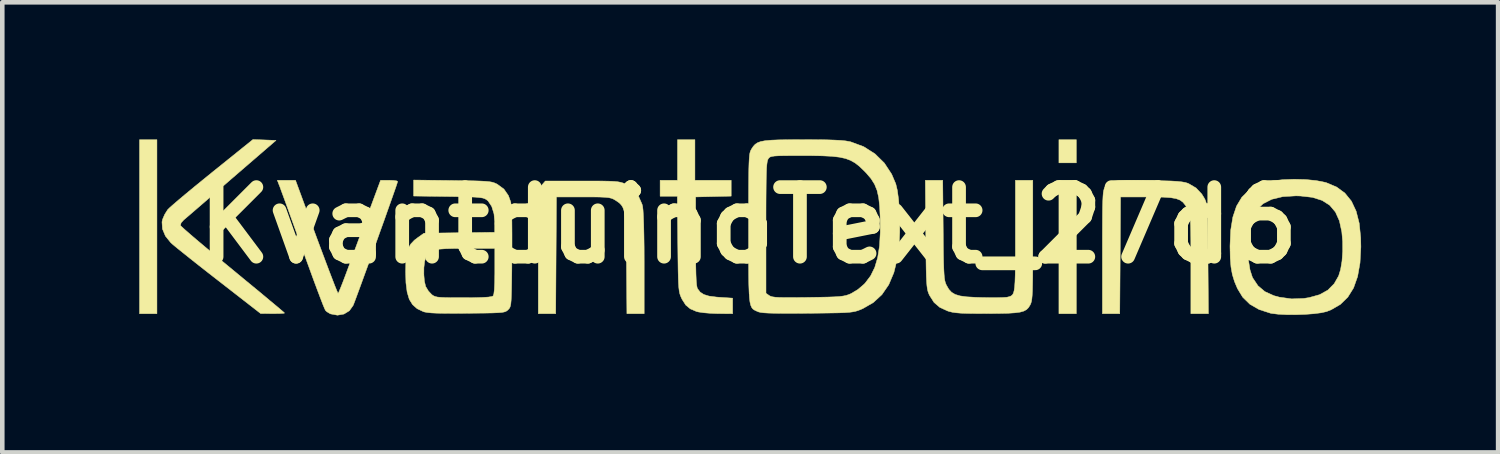
<source format=kicad_pcb>
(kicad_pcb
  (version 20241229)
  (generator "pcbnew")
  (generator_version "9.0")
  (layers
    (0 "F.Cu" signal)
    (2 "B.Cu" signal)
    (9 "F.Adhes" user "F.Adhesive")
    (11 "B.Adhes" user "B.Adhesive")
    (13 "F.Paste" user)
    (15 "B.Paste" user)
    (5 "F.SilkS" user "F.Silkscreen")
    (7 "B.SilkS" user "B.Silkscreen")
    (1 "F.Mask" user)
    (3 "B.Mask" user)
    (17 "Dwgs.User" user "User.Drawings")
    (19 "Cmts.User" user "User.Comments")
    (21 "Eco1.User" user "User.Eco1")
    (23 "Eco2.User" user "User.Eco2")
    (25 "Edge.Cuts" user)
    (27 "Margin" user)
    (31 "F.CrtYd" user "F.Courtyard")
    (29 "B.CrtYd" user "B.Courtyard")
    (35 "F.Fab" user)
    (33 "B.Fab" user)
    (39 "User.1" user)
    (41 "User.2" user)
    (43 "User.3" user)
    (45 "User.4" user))
  (footprint "KvantduinoText_27d6"
    (layer "F.Cu")
    (at 13.34 1.881)
    (property "Reference" "KvantduinoText_27d6" (at 0 0 0) (layer "F.SilkS") (effects (font (size 1.524 1.524) (thickness 0.3))))
    (attr through_hole)
    (fp_poly (pts (xy -12.954 1.937) (xy -13.335 1.937) (xy -13.335 -1.873) (xy -12.954 -1.873) (xy -12.954 1.937)) (stroke (width 0.01) (type solid)) (fill yes) (layer "F.SilkS"))
    (fp_poly (pts (xy 7.176 -1.365) (xy 6.795 -1.365) (xy 6.795 -1.873) (xy 7.176 -1.873) (xy 7.176 -1.365)) (stroke (width 0.01) (type solid)) (fill yes) (layer "F.SilkS"))
    (fp_poly (pts (xy 7.176 1.937) (xy 6.795 1.937) (xy 6.795 -0.984) (xy 7.176 -0.984) (xy 7.176 1.937)) (stroke (width 0.01) (type solid)) (fill yes) (layer "F.SilkS"))
    (fp_poly (pts (xy -1.175 -0.984) (xy -0.381 -0.984) (xy -0.381 -0.637) (xy -0.77 -0.628) (xy -1.159 -0.619) (xy -1.159 0.349) (xy -1.158 0.645) (xy -1.156 0.884) (xy -1.152 1.069) (xy -1.146 1.208) (xy -1.138 1.305) (xy -1.127 1.365) (xy -1.118 1.389) (xy -1.06 1.465) (xy -0.98 1.517) (xy -0.866 1.552) (xy -0.704 1.573) (xy -0.638 1.578) (xy -0.349 1.597) (xy -0.349 1.937) (xy -0.675 1.935) (xy -0.83 1.929) (xy -0.977 1.917) (xy -1.094 1.9) (xy -1.138 1.89) (xy -1.276 1.831) (xy -1.376 1.748) (xy -1.457 1.621) (xy -1.473 1.587) (xy -1.491 1.545) (xy -1.506 1.5) (xy -1.518 1.444) (xy -1.527 1.371) (xy -1.534 1.274) (xy -1.539 1.144) (xy -1.543 0.975) (xy -1.546 0.758) (xy -1.549 0.488) (xy -1.55 0.405) (xy -1.56 -0.635) (xy -1.937 -0.635) (xy -1.937 -0.984) (xy -1.556 -0.984) (xy -1.556 -1.873) (xy -1.175 -1.873) (xy -1.175 -0.984)) (stroke (width 0.01) (type solid)) (fill yes) (layer "F.SilkS"))
    (fp_poly (pts (xy -3.397 -0.968) (xy -3.203 -0.967) (xy -3.055 -0.964) (xy -2.945 -0.959) (xy -2.863 -0.951) (xy -2.8 -0.939) (xy -2.749 -0.924) (xy -2.7 -0.903) (xy -2.693 -0.9) (xy -2.537 -0.794) (xy -2.413 -0.642) (xy -2.332 -0.458) (xy -2.32 -0.41) (xy -2.311 -0.332) (xy -2.303 -0.198) (xy -2.296 -0.013) (xy -2.291 0.218) (xy -2.287 0.487) (xy -2.286 0.788) (xy -2.286 0.843) (xy -2.286 1.937) (xy -2.664 1.937) (xy -2.673 0.849) (xy -2.676 0.534) (xy -2.68 0.276) (xy -2.686 0.068) (xy -2.696 -0.096) (xy -2.709 -0.223) (xy -2.728 -0.319) (xy -2.753 -0.39) (xy -2.787 -0.444) (xy -2.829 -0.487) (xy -2.881 -0.524) (xy -2.916 -0.547) (xy -2.961 -0.573) (xy -3.007 -0.591) (xy -3.065 -0.604) (xy -3.145 -0.612) (xy -3.258 -0.617) (xy -3.414 -0.619) (xy -3.619 -0.619) (xy -4.207 -0.619) (xy -4.215 0.659) (xy -4.223 1.937) (xy -4.604 1.937) (xy -4.604 -0.79) (xy -4.527 -0.879) (xy -4.45 -0.968) (xy -3.646 -0.968) (xy -3.397 -0.968)) (stroke (width 0.01) (type solid)) (fill yes) (layer "F.SilkS"))
    (fp_poly (pts (xy -10.6 -1.867) (xy -10.347 -1.857) (xy -11.309 -1.027) (xy -11.523 -0.842) (xy -11.726 -0.668) (xy -11.91 -0.509) (xy -12.071 -0.37) (xy -12.203 -0.256) (xy -12.3 -0.173) (xy -12.356 -0.125) (xy -12.364 -0.119) (xy -12.425 -0.052) (xy -12.439 0.003) (xy -12.438 0.006) (xy -12.411 0.035) (xy -12.339 0.1) (xy -12.228 0.197) (xy -12.082 0.322) (xy -11.907 0.469) (xy -11.708 0.636) (xy -11.489 0.817) (xy -11.29 0.981) (xy -11.06 1.171) (xy -10.845 1.348) (xy -10.651 1.508) (xy -10.483 1.649) (xy -10.344 1.764) (xy -10.241 1.851) (xy -10.178 1.905) (xy -10.16 1.923) (xy -10.189 1.929) (xy -10.267 1.933) (xy -10.379 1.935) (xy -10.422 1.935) (xy -10.684 1.933) (xy -11.611 1.212) (xy -11.827 1.044) (xy -12.031 0.884) (xy -12.218 0.736) (xy -12.379 0.607) (xy -12.51 0.502) (xy -12.603 0.425) (xy -12.65 0.383) (xy -12.768 0.237) (xy -12.833 0.082) (xy -12.843 -0.071) (xy -12.831 -0.127) (xy -12.784 -0.236) (xy -12.721 -0.337) (xy -12.713 -0.346) (xy -12.67 -0.388) (xy -12.584 -0.464) (xy -12.46 -0.57) (xy -12.306 -0.699) (xy -12.127 -0.847) (xy -11.929 -1.008) (xy -11.743 -1.159) (xy -10.852 -1.876) (xy -10.6 -1.867)) (stroke (width 0.01) (type solid)) (fill yes) (layer "F.SilkS"))
    (fp_poly (pts (xy -9.464 0.254) (xy -9.365 0.519) (xy -9.273 0.765) (xy -9.19 0.985) (xy -9.118 1.173) (xy -9.06 1.323) (xy -9.017 1.429) (xy -8.993 1.485) (xy -8.988 1.492) (xy -8.971 1.463) (xy -8.938 1.385) (xy -8.891 1.267) (xy -8.835 1.12) (xy -8.799 1.023) (xy -8.737 0.856) (xy -8.66 0.644) (xy -8.571 0.405) (xy -8.478 0.152) (xy -8.386 -0.097) (xy -8.343 -0.214) (xy -8.057 -0.984) (xy -7.87 -0.984) (xy -7.771 -0.98) (xy -7.703 -0.97) (xy -7.684 -0.958) (xy -7.694 -0.923) (xy -7.723 -0.835) (xy -7.769 -0.703) (xy -7.829 -0.533) (xy -7.9 -0.333) (xy -7.979 -0.109) (xy -8.065 0.129) (xy -8.153 0.376) (xy -8.242 0.624) (xy -8.329 0.865) (xy -8.412 1.092) (xy -8.487 1.298) (xy -8.552 1.475) (xy -8.604 1.616) (xy -8.641 1.714) (xy -8.658 1.756) (xy -8.74 1.872) (xy -8.859 1.945) (xy -9.001 1.97) (xy -9.15 1.942) (xy -9.161 1.938) (xy -9.233 1.895) (xy -9.264 1.865) (xy -9.283 1.826) (xy -9.321 1.734) (xy -9.375 1.594) (xy -9.443 1.414) (xy -9.523 1.2) (xy -9.611 0.958) (xy -9.707 0.695) (xy -9.764 0.536) (xy -9.864 0.26) (xy -9.958 -0.001) (xy -10.044 -0.24) (xy -10.12 -0.451) (xy -10.184 -0.626) (xy -10.233 -0.759) (xy -10.263 -0.843) (xy -10.272 -0.865) (xy -10.318 -0.984) (xy -9.92 -0.984) (xy -9.464 0.254)) (stroke (width 0.01) (type solid)) (fill yes) (layer "F.SilkS"))
    (fp_poly (pts (xy 8.695 -0.98) (xy 8.829 -0.978) (xy 9.065 -0.973) (xy 9.247 -0.968) (xy 9.385 -0.96) (xy 9.486 -0.949) (xy 9.561 -0.936) (xy 9.618 -0.918) (xy 9.636 -0.91) (xy 9.798 -0.815) (xy 9.922 -0.683) (xy 9.981 -0.587) (xy 9.998 -0.553) (xy 10.012 -0.516) (xy 10.024 -0.47) (xy 10.033 -0.408) (xy 10.04 -0.325) (xy 10.045 -0.212) (xy 10.049 -0.065) (xy 10.052 0.125) (xy 10.055 0.363) (xy 10.058 0.656) (xy 10.058 0.738) (xy 10.068 1.937) (xy 9.684 1.937) (xy 9.684 0.864) (xy 9.684 0.574) (xy 9.683 0.341) (xy 9.681 0.157) (xy 9.678 0.015) (xy 9.674 -0.093) (xy 9.667 -0.172) (xy 9.657 -0.231) (xy 9.645 -0.277) (xy 9.629 -0.316) (xy 9.612 -0.35) (xy 9.564 -0.436) (xy 9.512 -0.502) (xy 9.447 -0.55) (xy 9.36 -0.583) (xy 9.243 -0.603) (xy 9.085 -0.614) (xy 8.878 -0.619) (xy 8.731 -0.619) (xy 8.144 -0.619) (xy 8.136 0.659) (xy 8.127 1.937) (xy 7.747 1.937) (xy 7.747 0.595) (xy 7.747 0.267) (xy 7.748 -0.003) (xy 7.749 -0.223) (xy 7.751 -0.397) (xy 7.755 -0.531) (xy 7.76 -0.633) (xy 7.766 -0.708) (xy 7.775 -0.761) (xy 7.786 -0.8) (xy 7.799 -0.83) (xy 7.809 -0.847) (xy 7.839 -0.89) (xy 7.878 -0.923) (xy 7.932 -0.948) (xy 8.009 -0.965) (xy 8.116 -0.976) (xy 8.262 -0.982) (xy 8.452 -0.983) (xy 8.695 -0.98)) (stroke (width 0.01) (type solid)) (fill yes) (layer "F.SilkS"))
    (fp_poly (pts (xy 4.261 0.103) (xy 4.263 0.397) (xy 4.266 0.634) (xy 4.27 0.822) (xy 4.275 0.967) (xy 4.281 1.077) (xy 4.288 1.158) (xy 4.298 1.218) (xy 4.311 1.264) (xy 4.327 1.303) (xy 4.334 1.317) (xy 4.385 1.404) (xy 4.445 1.469) (xy 4.524 1.516) (xy 4.631 1.548) (xy 4.777 1.568) (xy 4.971 1.579) (xy 5.104 1.583) (xy 5.279 1.586) (xy 5.436 1.586) (xy 5.563 1.583) (xy 5.646 1.578) (xy 5.665 1.575) (xy 5.709 1.564) (xy 5.745 1.55) (xy 5.774 1.528) (xy 5.796 1.493) (xy 5.813 1.437) (xy 5.825 1.355) (xy 5.833 1.241) (xy 5.838 1.089) (xy 5.841 0.893) (xy 5.842 0.648) (xy 5.842 0.347) (xy 5.842 0.236) (xy 5.842 -0.984) (xy 6.223 -0.984) (xy 6.223 0.326) (xy 6.223 0.651) (xy 6.222 0.918) (xy 6.221 1.135) (xy 6.218 1.306) (xy 6.215 1.439) (xy 6.209 1.54) (xy 6.202 1.614) (xy 6.193 1.667) (xy 6.182 1.707) (xy 6.168 1.739) (xy 6.164 1.747) (xy 6.129 1.803) (xy 6.086 1.847) (xy 6.028 1.879) (xy 5.945 1.903) (xy 5.831 1.918) (xy 5.678 1.928) (xy 5.477 1.932) (xy 5.22 1.934) (xy 5.207 1.934) (xy 4.971 1.933) (xy 4.788 1.931) (xy 4.649 1.926) (xy 4.543 1.917) (xy 4.461 1.905) (xy 4.391 1.888) (xy 4.357 1.877) (xy 4.185 1.798) (xy 4.06 1.69) (xy 3.964 1.539) (xy 3.956 1.524) (xy 3.939 1.484) (xy 3.925 1.442) (xy 3.914 1.391) (xy 3.905 1.324) (xy 3.898 1.234) (xy 3.892 1.115) (xy 3.888 0.959) (xy 3.885 0.761) (xy 3.882 0.513) (xy 3.88 0.208) (xy 3.88 0.198) (xy 3.87 -0.984) (xy 4.251 -0.984) (xy 4.261 0.103)) (stroke (width 0.01) (type solid)) (fill yes) (layer "F.SilkS"))
    (fp_poly (pts (xy 12.196 -1) (xy 12.428 -0.977) (xy 12.623 -0.939) (xy 12.655 -0.929) (xy 12.877 -0.835) (xy 13.057 -0.702) (xy 13.199 -0.527) (xy 13.302 -0.308) (xy 13.37 -0.042) (xy 13.402 0.274) (xy 13.406 0.476) (xy 13.387 0.826) (xy 13.334 1.124) (xy 13.246 1.373) (xy 13.12 1.575) (xy 12.957 1.734) (xy 12.753 1.852) (xy 12.653 1.891) (xy 12.537 1.917) (xy 12.375 1.938) (xy 12.184 1.952) (xy 11.979 1.959) (xy 11.779 1.958) (xy 11.6 1.949) (xy 11.458 1.932) (xy 11.43 1.927) (xy 11.178 1.846) (xy 10.976 1.73) (xy 10.818 1.575) (xy 10.704 1.387) (xy 10.639 1.233) (xy 10.592 1.08) (xy 10.562 0.913) (xy 10.546 0.716) (xy 10.543 0.557) (xy 10.933 0.557) (xy 10.947 0.781) (xy 10.979 0.98) (xy 11.03 1.138) (xy 11.038 1.154) (xy 11.153 1.326) (xy 11.305 1.454) (xy 11.502 1.543) (xy 11.62 1.575) (xy 11.89 1.613) (xy 12.157 1.603) (xy 12.272 1.585) (xy 12.502 1.521) (xy 12.683 1.421) (xy 12.822 1.28) (xy 12.919 1.11) (xy 12.962 0.97) (xy 12.993 0.785) (xy 13.008 0.574) (xy 13.007 0.356) (xy 12.989 0.149) (xy 12.989 0.147) (xy 12.936 -0.096) (xy 12.849 -0.289) (xy 12.724 -0.437) (xy 12.558 -0.543) (xy 12.346 -0.61) (xy 12.085 -0.64) (xy 11.986 -0.643) (xy 11.697 -0.626) (xy 11.456 -0.568) (xy 11.265 -0.471) (xy 11.12 -0.332) (xy 11.023 -0.153) (xy 11.007 -0.103) (xy 10.962 0.098) (xy 10.938 0.323) (xy 10.933 0.557) (xy 10.543 0.557) (xy 10.541 0.474) (xy 10.541 0.45) (xy 10.556 0.109) (xy 10.603 -0.178) (xy 10.683 -0.417) (xy 10.799 -0.611) (xy 10.953 -0.763) (xy 11.146 -0.877) (xy 11.286 -0.93) (xy 11.471 -0.971) (xy 11.697 -0.997) (xy 11.946 -1.006) (xy 12.196 -1)) (stroke (width 0.01) (type solid)) (fill yes) (layer "F.SilkS"))
    (fp_poly (pts (xy -6.485 -0.979) (xy -6.229 -0.975) (xy -6.029 -0.972) (xy -5.875 -0.967) (xy -5.761 -0.961) (xy -5.676 -0.953) (xy -5.614 -0.942) (xy -5.566 -0.927) (xy -5.523 -0.908) (xy -5.503 -0.898) (xy -5.357 -0.791) (xy -5.258 -0.648) (xy -5.207 -0.506) (xy -5.196 -0.423) (xy -5.188 -0.278) (xy -5.182 -0.071) (xy -5.18 0.197) (xy -5.18 0.526) (xy -5.182 0.706) (xy -5.184 0.994) (xy -5.187 1.226) (xy -5.19 1.408) (xy -5.194 1.547) (xy -5.199 1.649) (xy -5.206 1.722) (xy -5.216 1.771) (xy -5.228 1.804) (xy -5.244 1.828) (xy -5.263 1.848) (xy -5.263 1.849) (xy -5.287 1.87) (xy -5.314 1.887) (xy -5.352 1.9) (xy -5.409 1.91) (xy -5.492 1.916) (xy -5.61 1.921) (xy -5.771 1.924) (xy -5.981 1.926) (xy -6.168 1.928) (xy -6.441 1.93) (xy -6.657 1.929) (xy -6.824 1.926) (xy -6.949 1.92) (xy -7.04 1.91) (xy -7.103 1.898) (xy -7.123 1.891) (xy -7.256 1.828) (xy -7.356 1.74) (xy -7.429 1.622) (xy -7.476 1.464) (xy -7.502 1.26) (xy -7.507 1.081) (xy -7.11 1.081) (xy -7.098 1.224) (xy -7.072 1.336) (xy -7.068 1.345) (xy -7.011 1.44) (xy -6.937 1.519) (xy -6.903 1.543) (xy -6.865 1.56) (xy -6.813 1.573) (xy -6.738 1.58) (xy -6.629 1.585) (xy -6.478 1.587) (xy -6.274 1.587) (xy -6.241 1.587) (xy -6.002 1.586) (xy -5.822 1.581) (xy -5.696 1.573) (xy -5.621 1.561) (xy -5.594 1.549) (xy -5.578 1.506) (xy -5.566 1.41) (xy -5.559 1.258) (xy -5.556 1.048) (xy -5.556 1.01) (xy -5.556 0.508) (xy -6.193 0.508) (xy -6.437 0.509) (xy -6.626 0.514) (xy -6.769 0.524) (xy -6.873 0.542) (xy -6.948 0.568) (xy -7.001 0.606) (xy -7.04 0.656) (xy -7.064 0.697) (xy -7.093 0.794) (xy -7.109 0.93) (xy -7.11 1.081) (xy -7.507 1.081) (xy -7.509 1.016) (xy -7.504 0.801) (xy -7.487 0.637) (xy -7.453 0.511) (xy -7.397 0.412) (xy -7.316 0.327) (xy -7.241 0.27) (xy -7.107 0.175) (xy -5.556 0.155) (xy -5.556 -0.049) (xy -5.574 -0.249) (xy -5.624 -0.412) (xy -5.703 -0.53) (xy -5.742 -0.562) (xy -5.775 -0.58) (xy -5.819 -0.595) (xy -5.883 -0.605) (xy -5.975 -0.614) (xy -6.102 -0.62) (xy -6.274 -0.624) (xy -6.498 -0.628) (xy -6.58 -0.629) (xy -7.334 -0.639) (xy -7.334 -0.989) (xy -6.485 -0.979)) (stroke (width 0.01) (type solid)) (fill yes) (layer "F.SilkS"))
    (fp_poly (pts (xy 1.478 -1.872) (xy 1.703 -1.87) (xy 1.881 -1.864) (xy 2.019 -1.857) (xy 2.126 -1.846) (xy 2.209 -1.831) (xy 2.237 -1.825) (xy 2.52 -1.72) (xy 2.766 -1.564) (xy 2.972 -1.362) (xy 3.133 -1.117) (xy 3.223 -0.905) (xy 3.257 -0.763) (xy 3.283 -0.572) (xy 3.302 -0.346) (xy 3.31 -0.098) (xy 3.309 0.158) (xy 3.3 0.36) (xy 3.258 0.725) (xy 3.181 1.038) (xy 3.069 1.302) (xy 2.919 1.52) (xy 2.731 1.693) (xy 2.502 1.825) (xy 2.446 1.849) (xy 2.394 1.869) (xy 2.341 1.885) (xy 2.28 1.897) (xy 2.204 1.907) (xy 2.104 1.914) (xy 1.973 1.919) (xy 1.802 1.922) (xy 1.584 1.925) (xy 1.311 1.928) (xy 1.286 1.928) (xy 0.995 1.93) (xy 0.761 1.93) (xy 0.577 1.928) (xy 0.437 1.924) (xy 0.334 1.918) (xy 0.262 1.909) (xy 0.214 1.897) (xy 0.203 1.892) (xy 0.159 1.873) (xy 0.122 1.854) (xy 0.091 1.831) (xy 0.066 1.797) (xy 0.046 1.749) (xy 0.03 1.68) (xy 0.019 1.586) (xy 0.011 1.461) (xy 0.005 1.3) (xy 0.002 1.098) (xy 0.000456 0.849) (xy -0.000019 0.549) (xy -0.000011 0.193) (xy 0 0.068) (xy 0.000003 0.053) (xy 0.381 0.053) (xy 0.381 1.489) (xy 0.452 1.54) (xy 0.482 1.556) (xy 0.525 1.568) (xy 0.589 1.577) (xy 0.682 1.582) (xy 0.813 1.584) (xy 0.988 1.584) (xy 1.217 1.582) (xy 1.302 1.581) (xy 1.546 1.577) (xy 1.736 1.573) (xy 1.88 1.568) (xy 1.989 1.561) (xy 2.07 1.551) (xy 2.134 1.538) (xy 2.189 1.52) (xy 2.244 1.497) (xy 2.247 1.495) (xy 2.393 1.408) (xy 2.532 1.289) (xy 2.555 1.264) (xy 2.673 1.107) (xy 2.763 0.924) (xy 2.827 0.708) (xy 2.867 0.452) (xy 2.884 0.149) (xy 2.882 -0.156) (xy 2.87 -0.405) (xy 2.849 -0.603) (xy 2.813 -0.763) (xy 2.758 -0.898) (xy 2.681 -1.02) (xy 2.576 -1.143) (xy 2.525 -1.195) (xy 2.427 -1.289) (xy 2.333 -1.363) (xy 2.234 -1.419) (xy 2.122 -1.461) (xy 1.988 -1.49) (xy 1.822 -1.509) (xy 1.616 -1.519) (xy 1.36 -1.524) (xy 1.189 -1.524) (xy 0.959 -1.524) (xy 0.785 -1.523) (xy 0.657 -1.52) (xy 0.568 -1.515) (xy 0.509 -1.506) (xy 0.472 -1.494) (xy 0.449 -1.477) (xy 0.431 -1.454) (xy 0.43 -1.453) (xy 0.419 -1.43) (xy 0.409 -1.393) (xy 0.401 -1.336) (xy 0.394 -1.255) (xy 0.39 -1.143) (xy 0.386 -0.995) (xy 0.384 -0.806) (xy 0.382 -0.57) (xy 0.381 -0.281) (xy 0.381 0.053) (xy 0.000003 0.053) (xy 0.000075 -0.296) (xy 0.000434 -0.602) (xy 0.001 -0.855) (xy 0.003 -1.062) (xy 0.005 -1.226) (xy 0.009 -1.354) (xy 0.014 -1.452) (xy 0.02 -1.524) (xy 0.028 -1.576) (xy 0.038 -1.614) (xy 0.05 -1.642) (xy 0.064 -1.667) (xy 0.064 -1.668) (xy 0.102 -1.725) (xy 0.144 -1.771) (xy 0.197 -1.806) (xy 0.267 -1.832) (xy 0.363 -1.85) (xy 0.492 -1.862) (xy 0.661 -1.869) (xy 0.877 -1.872) (xy 1.148 -1.873) (xy 1.197 -1.873) (xy 1.478 -1.872)) (stroke (width 0.01) (type solid)) (fill yes) (layer "F.SilkS")))
  (gr_rect
    (start -3 -3)
    (end 29.751 6.856)
    (stroke (width 0.1) (type default))
    (fill no)
    (layer "Edge.Cuts")))
</source>
